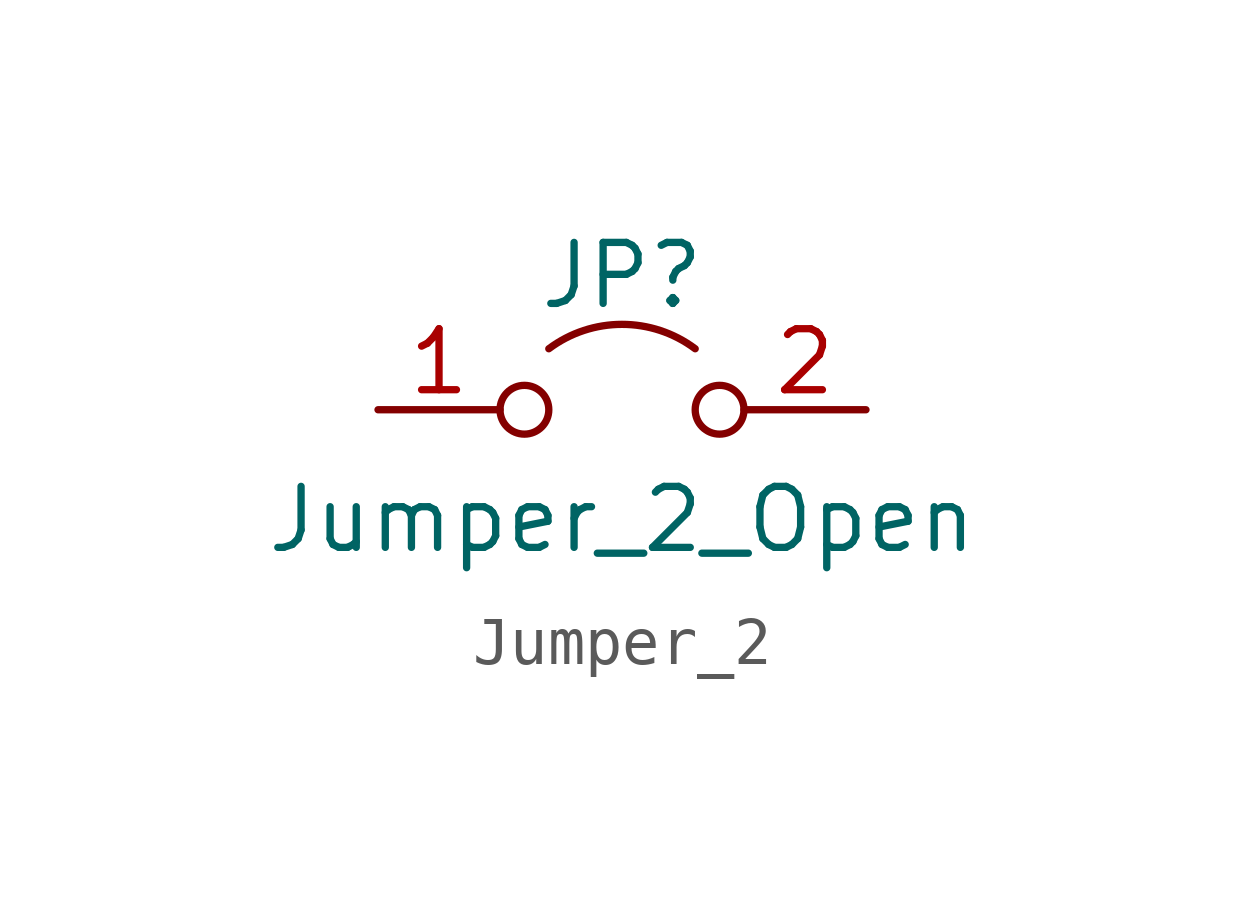
<source format=kicad_sym>
(kicad_symbol_lib
  (version 20220914)
  (generator kicad_symbol_editor)
  (symbol "Jumper_2"
    (pin_names
      (offset 0) hide)
    (property "Reference" "JP"
      (at 0 2.794 0)
      (effects (font (size 1.27 1.27))))
    (property "Value" "Jumper_2_Open"
      (at 0 -2.286 0)
      (effects (font (size 1.27 1.27))))
    (symbol "Jumper_2_0_0"
      (circle (center -2.032 0) (radius 0.508) (stroke (width 0) (type default)) (fill (type none)))
      (circle (center 2.032 0) (radius 0.508) (stroke (width 0) (type default)) (fill (type none))))
    (symbol "Jumper_2_0_1"
      (arc (start 1.524 1.27) (mid 0 1.778) (end -1.524 1.27) (stroke (width 0) (type default)) (fill (type none))))
    (symbol "Jumper_2_1_1"
      (pin passive line (at -5.08 0 0) (length 2.54) (name "A" (effects (font (size 1.27 1.27)))) (number "1" (effects (font (size 1.27 1.27)))))
      (pin passive line (at 5.08 0 180) (length 2.54) (name "B" (effects (font (size 1.27 1.27)))) (number "2" (effects (font (size 1.27 1.27))))))))
</source>
